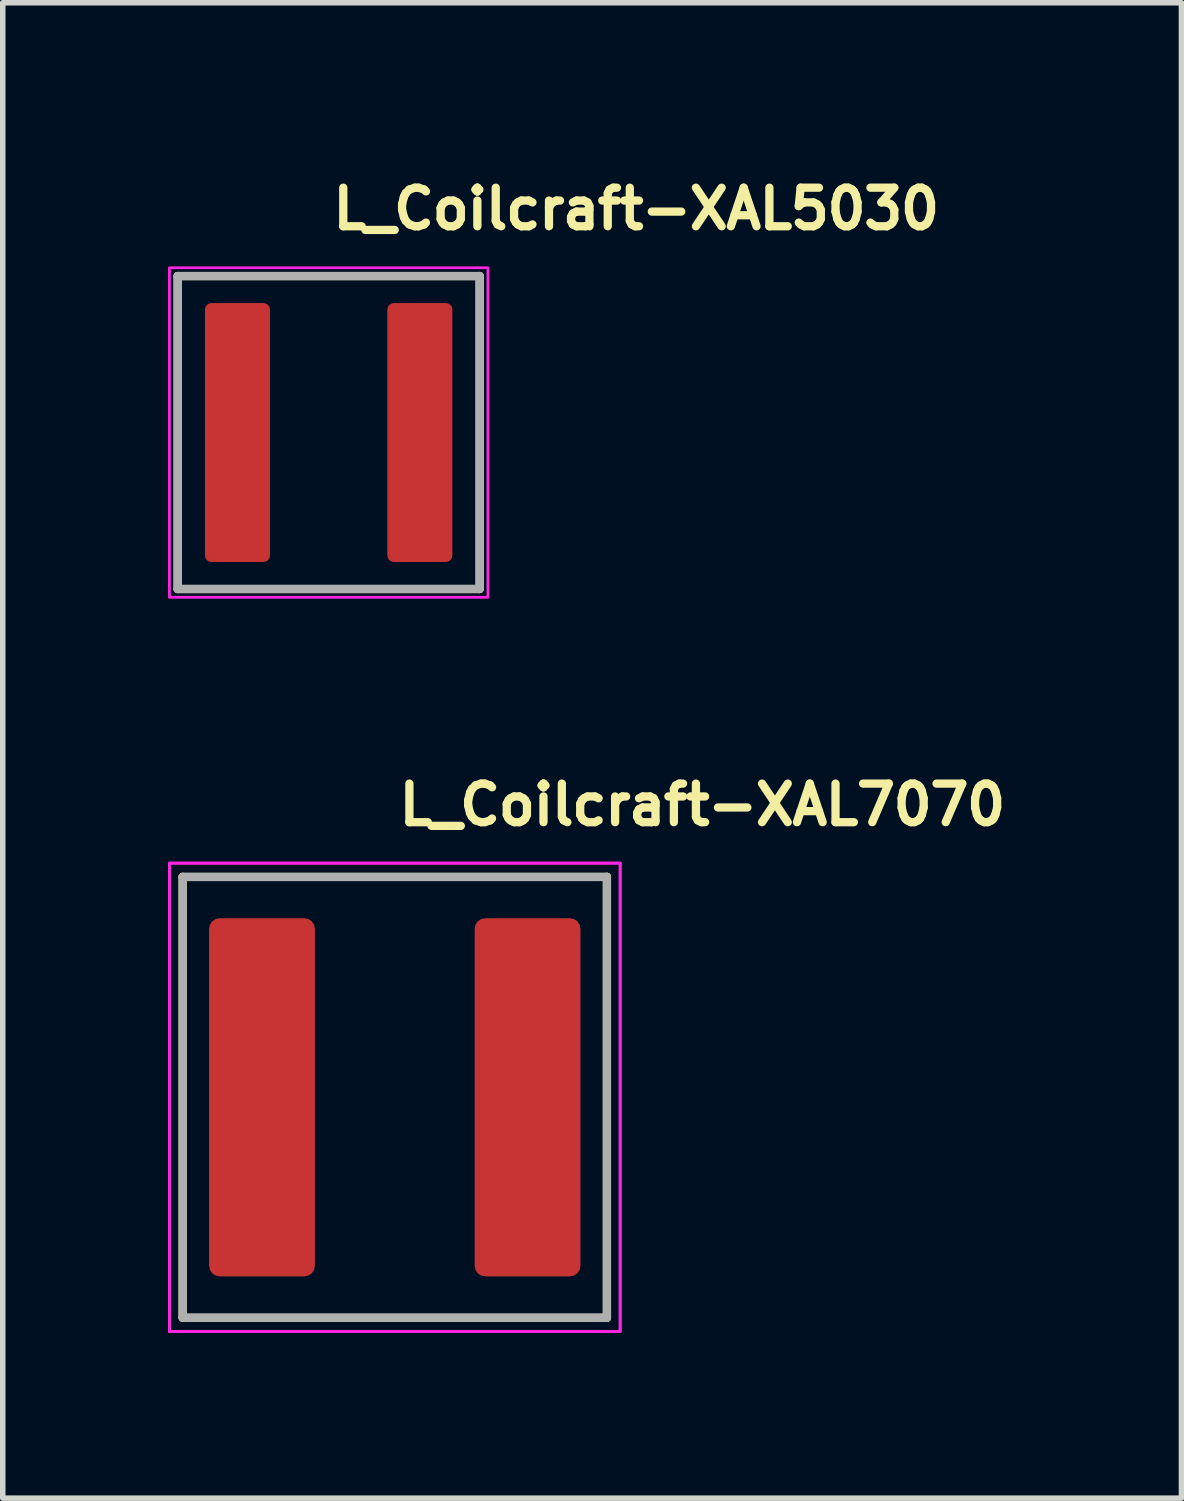
<source format=kicad_pcb>
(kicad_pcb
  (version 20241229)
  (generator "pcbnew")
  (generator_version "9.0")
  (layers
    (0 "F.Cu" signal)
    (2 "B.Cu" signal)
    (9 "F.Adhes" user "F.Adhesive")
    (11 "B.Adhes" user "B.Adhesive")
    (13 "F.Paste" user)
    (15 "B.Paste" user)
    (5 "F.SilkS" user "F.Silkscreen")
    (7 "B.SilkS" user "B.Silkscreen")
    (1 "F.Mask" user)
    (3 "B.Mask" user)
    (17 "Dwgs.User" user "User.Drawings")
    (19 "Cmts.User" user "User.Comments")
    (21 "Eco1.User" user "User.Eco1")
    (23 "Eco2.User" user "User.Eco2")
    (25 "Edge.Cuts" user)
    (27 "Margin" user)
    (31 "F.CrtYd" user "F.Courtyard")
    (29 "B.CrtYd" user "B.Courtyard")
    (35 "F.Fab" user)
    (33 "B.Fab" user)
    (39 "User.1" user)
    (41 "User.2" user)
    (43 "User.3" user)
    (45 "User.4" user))
  (footprint "L_Coilcraft-XAL5030"
    (layer "F.Cu")
    (at 2.915 4.8)
    (property "Reference" "L_Coilcraft-XAL5030" (at 0 -3.65 0) (layer "F.SilkS") (effects (font (size 0.7 0.7) (thickness 0.15)) (justify left bottom)))
    (attr smd)
    (fp_line (start -2.74 -2.84) (end 2.74 -2.84) (stroke (width 0.15) (type solid)) (layer "F.SilkS"))
    (fp_line (start -2.74 2.84) (end -2.74 -2.84) (stroke (width 0.15) (type solid)) (layer "F.SilkS"))
    (fp_line (start -2.74 2.84) (end 2.74 2.84) (stroke (width 0.15) (type solid)) (layer "F.SilkS"))
    (fp_line (start 2.74 2.84) (end 2.74 -2.84) (stroke (width 0.15) (type solid)) (layer "F.SilkS"))
    (fp_rect (start -2.89 -2.99) (end 2.89 2.99) (stroke (width 0.05) (type solid)) (fill no) (layer "F.CrtYd"))
    (fp_line (start -2.74 -2.84) (end 2.74 -2.84) (stroke (width 0.15) (type solid)) (layer "F.Fab"))
    (fp_line (start -2.74 2.84) (end -2.74 -2.84) (stroke (width 0.15) (type solid)) (layer "F.Fab"))
    (fp_line (start 2.74 -2.84) (end 2.74 2.84) (stroke (width 0.15) (type solid)) (layer "F.Fab"))
    (fp_line (start 2.74 2.84) (end -2.74 2.84) (stroke (width 0.15) (type solid)) (layer "F.Fab"))
    (fp_rect (start -2.64 -2.74) (end 2.64 2.74) (stroke (width 0.1) (type solid)) (fill no) (layer "User.5"))
    (fp_line (start -2.64 -2.54) (end -2.64 2.54) (stroke (width 0.02) (type solid)) (layer "User.9"))
    (fp_line (start -2.64 2.54) (end -2.639 2.549) (stroke (width 0.02) (type solid)) (layer "User.9"))
    (fp_line (start -2.639 -2.559) (end -2.639 -2.549) (stroke (width 0.02) (type solid)) (layer "User.9"))
    (fp_line (start -2.639 -2.549) (end -2.64 -2.54) (stroke (width 0.02) (type solid)) (layer "User.9"))
    (fp_line (start -2.639 2.549) (end -2.639 2.559) (stroke (width 0.02) (type solid)) (layer "User.9"))
    (fp_line (start -2.639 2.559) (end -2.637 2.569) (stroke (width 0.02) (type solid)) (layer "User.9"))
    (fp_line (start -2.637 -2.569) (end -2.639 -2.559) (stroke (width 0.02) (type solid)) (layer "User.9"))
    (fp_line (start -2.637 2.569) (end -2.636 2.579) (stroke (width 0.02) (type solid)) (layer "User.9"))
    (fp_line (start -2.636 -2.579) (end -2.637 -2.569) (stroke (width 0.02) (type solid)) (layer "User.9"))
    (fp_line (start -2.636 2.579) (end -2.633 2.588) (stroke (width 0.02) (type solid)) (layer "User.9"))
    (fp_line (start -2.633 -2.588) (end -2.636 -2.579) (stroke (width 0.02) (type solid)) (layer "User.9"))
    (fp_line (start -2.633 2.588) (end -2.631 2.598) (stroke (width 0.02) (type solid)) (layer "User.9"))
    (fp_line (start -2.631 -2.598) (end -2.633 -2.588) (stroke (width 0.02) (type solid)) (layer "User.9"))
    (fp_line (start -2.631 2.598) (end -2.628 2.607) (stroke (width 0.02) (type solid)) (layer "User.9"))
    (fp_line (start -2.628 -2.607) (end -2.631 -2.598) (stroke (width 0.02) (type solid)) (layer "User.9"))
    (fp_line (start -2.628 2.607) (end -2.624 2.616) (stroke (width 0.02) (type solid)) (layer "User.9"))
    (fp_line (start -2.624 -2.616) (end -2.628 -2.607) (stroke (width 0.02) (type solid)) (layer "User.9"))
    (fp_line (start -2.624 2.616) (end -2.62 2.625) (stroke (width 0.02) (type solid)) (layer "User.9"))
    (fp_line (start -2.62 -2.625) (end -2.624 -2.616) (stroke (width 0.02) (type solid)) (layer "User.9"))
    (fp_line (start -2.62 2.625) (end -2.616 2.634) (stroke (width 0.02) (type solid)) (layer "User.9"))
    (fp_line (start -2.616 -2.634) (end -2.62 -2.625) (stroke (width 0.02) (type solid)) (layer "User.9"))
    (fp_line (start -2.616 2.634) (end -2.611 2.642) (stroke (width 0.02) (type solid)) (layer "User.9"))
    (fp_line (start -2.611 -2.642) (end -2.616 -2.634) (stroke (width 0.02) (type solid)) (layer "User.9"))
    (fp_line (start -2.611 2.642) (end -2.606 2.65) (stroke (width 0.02) (type solid)) (layer "User.9"))
    (fp_line (start -2.606 -2.65) (end -2.611 -2.642) (stroke (width 0.02) (type solid)) (layer "User.9"))
    (fp_line (start -2.606 2.65) (end -2.6 2.658) (stroke (width 0.02) (type solid)) (layer "User.9"))
    (fp_line (start -2.6 -2.658) (end -2.606 -2.65) (stroke (width 0.02) (type solid)) (layer "User.9"))
    (fp_line (start -2.6 2.658) (end -2.594 2.666) (stroke (width 0.02) (type solid)) (layer "User.9"))
    (fp_line (start -2.594 -2.666) (end -2.6 -2.658) (stroke (width 0.02) (type solid)) (layer "User.9"))
    (fp_line (start -2.594 2.666) (end -2.588 2.674) (stroke (width 0.02) (type solid)) (layer "User.9"))
    (fp_line (start -2.588 -2.674) (end -2.594 -2.666) (stroke (width 0.02) (type solid)) (layer "User.9"))
    (fp_line (start -2.588 2.674) (end -2.581 2.681) (stroke (width 0.02) (type solid)) (layer "User.9"))
    (fp_line (start -2.581 -2.681) (end -2.588 -2.674) (stroke (width 0.02) (type solid)) (layer "User.9"))
    (fp_line (start -2.581 -2.681) (end -2.581 -2.681) (stroke (width 0.02) (type solid)) (layer "User.9"))
    (fp_line (start -2.581 2.681) (end -2.581 2.681) (stroke (width 0.02) (type solid)) (layer "User.9"))
    (fp_line (start -2.581 2.681) (end -2.574 2.688) (stroke (width 0.02) (type solid)) (layer "User.9"))
    (fp_line (start -2.574 -2.688) (end -2.581 -2.681) (stroke (width 0.02) (type solid)) (layer "User.9"))
    (fp_line (start -2.574 2.688) (end -2.566 2.694) (stroke (width 0.02) (type solid)) (layer "User.9"))
    (fp_line (start -2.566 -2.694) (end -2.574 -2.688) (stroke (width 0.02) (type solid)) (layer "User.9"))
    (fp_line (start -2.566 2.694) (end -2.558 2.7) (stroke (width 0.02) (type solid)) (layer "User.9"))
    (fp_line (start -2.558 -2.7) (end -2.566 -2.694) (stroke (width 0.02) (type solid)) (layer "User.9"))
    (fp_line (start -2.558 2.7) (end -2.55 2.706) (stroke (width 0.02) (type solid)) (layer "User.9"))
    (fp_line (start -2.55 -2.706) (end -2.558 -2.7) (stroke (width 0.02) (type solid)) (layer "User.9"))
    (fp_line (start -2.55 2.706) (end -2.542 2.711) (stroke (width 0.02) (type solid)) (layer "User.9"))
    (fp_line (start -2.542 -2.711) (end -2.55 -2.706) (stroke (width 0.02) (type solid)) (layer "User.9"))
    (fp_line (start -2.542 2.711) (end -2.534 2.716) (stroke (width 0.02) (type solid)) (layer "User.9"))
    (fp_line (start -2.534 -2.716) (end -2.542 -2.711) (stroke (width 0.02) (type solid)) (layer "User.9"))
    (fp_line (start -2.534 2.716) (end -2.525 2.72) (stroke (width 0.02) (type solid)) (layer "User.9"))
    (fp_line (start -2.525 -2.72) (end -2.534 -2.716) (stroke (width 0.02) (type solid)) (layer "User.9"))
    (fp_line (start -2.525 2.72) (end -2.516 2.724) (stroke (width 0.02) (type solid)) (layer "User.9"))
    (fp_line (start -2.516 -2.724) (end -2.525 -2.72) (stroke (width 0.02) (type solid)) (layer "User.9"))
    (fp_line (start -2.516 2.724) (end -2.507 2.728) (stroke (width 0.02) (type solid)) (layer "User.9"))
    (fp_line (start -2.507 -2.728) (end -2.516 -2.724) (stroke (width 0.02) (type solid)) (layer "User.9"))
    (fp_line (start -2.507 2.728) (end -2.498 2.731) (stroke (width 0.02) (type solid)) (layer "User.9"))
    (fp_line (start -2.498 -2.731) (end -2.507 -2.728) (stroke (width 0.02) (type solid)) (layer "User.9"))
    (fp_line (start -2.498 2.731) (end -2.488 2.733) (stroke (width 0.02) (type solid)) (layer "User.9"))
    (fp_line (start -2.488 -2.733) (end -2.498 -2.731) (stroke (width 0.02) (type solid)) (layer "User.9"))
    (fp_line (start -2.488 2.733) (end -2.479 2.736) (stroke (width 0.02) (type solid)) (layer "User.9"))
    (fp_line (start -2.479 -2.736) (end -2.488 -2.733) (stroke (width 0.02) (type solid)) (layer "User.9"))
    (fp_line (start -2.479 2.736) (end -2.469 2.737) (stroke (width 0.02) (type solid)) (layer "User.9"))
    (fp_line (start -2.469 -2.737) (end -2.479 -2.736) (stroke (width 0.02) (type solid)) (layer "User.9"))
    (fp_line (start -2.469 2.737) (end -2.459 2.739) (stroke (width 0.02) (type solid)) (layer "User.9"))
    (fp_line (start -2.459 -2.739) (end -2.469 -2.737) (stroke (width 0.02) (type solid)) (layer "User.9"))
    (fp_line (start -2.459 2.739) (end -2.449 2.739) (stroke (width 0.02) (type solid)) (layer "User.9"))
    (fp_line (start -2.449 -2.739) (end -2.459 -2.739) (stroke (width 0.02) (type solid)) (layer "User.9"))
    (fp_line (start -2.449 2.739) (end -2.44 2.74) (stroke (width 0.02) (type solid)) (layer "User.9"))
    (fp_line (start -2.44 -2.74) (end -2.449 -2.739) (stroke (width 0.02) (type solid)) (layer "User.9"))
    (fp_line (start -2.44 -2.74) (end 2.44 -2.74) (stroke (width 0.02) (type solid)) (layer "User.9"))
    (fp_line (start -2.44 2.74) (end 2.44 2.74) (stroke (width 0.02) (type solid)) (layer "User.9"))
    (fp_line (start -1.865 -1.974) (end -1.865 2.024) (stroke (width 0.02) (type solid)) (layer "User.9"))
    (fp_line (start -1.865 2.024) (end -1.665 2.024) (stroke (width 0.02) (type solid)) (layer "User.9"))
    (fp_line (start -1.665 -1.974) (end -1.865 -1.974) (stroke (width 0.02) (type solid)) (layer "User.9"))
    (fp_line (start -1.665 2.024) (end -1.665 -1.974) (stroke (width 0.02) (type solid)) (layer "User.9"))
    (fp_line (start 2.44 -2.74) (end -2.44 -2.74) (stroke (width 0.02) (type solid)) (layer "User.9"))
    (fp_line (start 2.44 2.74) (end -2.44 2.74) (stroke (width 0.02) (type solid)) (layer "User.9"))
    (fp_line (start 2.44 2.74) (end 2.449 2.739) (stroke (width 0.02) (type solid)) (layer "User.9"))
    (fp_line (start 2.449 -2.739) (end 2.44 -2.74) (stroke (width 0.02) (type solid)) (layer "User.9"))
    (fp_line (start 2.449 2.739) (end 2.459 2.739) (stroke (width 0.02) (type solid)) (layer "User.9"))
    (fp_line (start 2.459 -2.739) (end 2.449 -2.739) (stroke (width 0.02) (type solid)) (layer "User.9"))
    (fp_line (start 2.459 2.739) (end 2.469 2.737) (stroke (width 0.02) (type solid)) (layer "User.9"))
    (fp_line (start 2.469 -2.737) (end 2.459 -2.739) (stroke (width 0.02) (type solid)) (layer "User.9"))
    (fp_line (start 2.469 2.737) (end 2.479 2.736) (stroke (width 0.02) (type solid)) (layer "User.9"))
    (fp_line (start 2.479 -2.736) (end 2.469 -2.737) (stroke (width 0.02) (type solid)) (layer "User.9"))
    (fp_line (start 2.479 2.736) (end 2.488 2.733) (stroke (width 0.02) (type solid)) (layer "User.9"))
    (fp_line (start 2.488 -2.733) (end 2.479 -2.736) (stroke (width 0.02) (type solid)) (layer "User.9"))
    (fp_line (start 2.488 2.733) (end 2.498 2.731) (stroke (width 0.02) (type solid)) (layer "User.9"))
    (fp_line (start 2.498 -2.731) (end 2.488 -2.733) (stroke (width 0.02) (type solid)) (layer "User.9"))
    (fp_line (start 2.498 2.731) (end 2.507 2.728) (stroke (width 0.02) (type solid)) (layer "User.9"))
    (fp_line (start 2.507 -2.728) (end 2.498 -2.731) (stroke (width 0.02) (type solid)) (layer "User.9"))
    (fp_line (start 2.507 2.728) (end 2.516 2.724) (stroke (width 0.02) (type solid)) (layer "User.9"))
    (fp_line (start 2.516 -2.724) (end 2.507 -2.728) (stroke (width 0.02) (type solid)) (layer "User.9"))
    (fp_line (start 2.516 2.724) (end 2.525 2.72) (stroke (width 0.02) (type solid)) (layer "User.9"))
    (fp_line (start 2.525 -2.72) (end 2.516 -2.724) (stroke (width 0.02) (type solid)) (layer "User.9"))
    (fp_line (start 2.525 2.72) (end 2.534 2.716) (stroke (width 0.02) (type solid)) (layer "User.9"))
    (fp_line (start 2.534 -2.716) (end 2.525 -2.72) (stroke (width 0.02) (type solid)) (layer "User.9"))
    (fp_line (start 2.534 2.716) (end 2.542 2.711) (stroke (width 0.02) (type solid)) (layer "User.9"))
    (fp_line (start 2.542 -2.711) (end 2.534 -2.716) (stroke (width 0.02) (type solid)) (layer "User.9"))
    (fp_line (start 2.542 2.711) (end 2.55 2.706) (stroke (width 0.02) (type solid)) (layer "User.9"))
    (fp_line (start 2.55 -2.706) (end 2.542 -2.711) (stroke (width 0.02) (type solid)) (layer "User.9"))
    (fp_line (start 2.55 2.706) (end 2.558 2.7) (stroke (width 0.02) (type solid)) (layer "User.9"))
    (fp_line (start 2.558 -2.7) (end 2.55 -2.706) (stroke (width 0.02) (type solid)) (layer "User.9"))
    (fp_line (start 2.558 2.7) (end 2.566 2.694) (stroke (width 0.02) (type solid)) (layer "User.9"))
    (fp_line (start 2.566 -2.694) (end 2.558 -2.7) (stroke (width 0.02) (type solid)) (layer "User.9"))
    (fp_line (start 2.566 2.694) (end 2.574 2.688) (stroke (width 0.02) (type solid)) (layer "User.9"))
    (fp_line (start 2.574 -2.688) (end 2.566 -2.694) (stroke (width 0.02) (type solid)) (layer "User.9"))
    (fp_line (start 2.574 2.688) (end 2.581 2.681) (stroke (width 0.02) (type solid)) (layer "User.9"))
    (fp_line (start 2.581 -2.681) (end 2.574 -2.688) (stroke (width 0.02) (type solid)) (layer "User.9"))
    (fp_line (start 2.581 -2.681) (end 2.581 -2.681) (stroke (width 0.02) (type solid)) (layer "User.9"))
    (fp_line (start 2.581 2.681) (end 2.581 2.681) (stroke (width 0.02) (type solid)) (layer "User.9"))
    (fp_line (start 2.581 2.681) (end 2.588 2.674) (stroke (width 0.02) (type solid)) (layer "User.9"))
    (fp_line (start 2.588 -2.674) (end 2.581 -2.681) (stroke (width 0.02) (type solid)) (layer "User.9"))
    (fp_line (start 2.588 2.674) (end 2.594 2.666) (stroke (width 0.02) (type solid)) (layer "User.9"))
    (fp_line (start 2.594 -2.666) (end 2.588 -2.674) (stroke (width 0.02) (type solid)) (layer "User.9"))
    (fp_line (start 2.594 2.666) (end 2.6 2.658) (stroke (width 0.02) (type solid)) (layer "User.9"))
    (fp_line (start 2.6 -2.658) (end 2.594 -2.666) (stroke (width 0.02) (type solid)) (layer "User.9"))
    (fp_line (start 2.6 2.658) (end 2.606 2.65) (stroke (width 0.02) (type solid)) (layer "User.9"))
    (fp_line (start 2.606 -2.65) (end 2.6 -2.658) (stroke (width 0.02) (type solid)) (layer "User.9"))
    (fp_line (start 2.606 2.65) (end 2.611 2.642) (stroke (width 0.02) (type solid)) (layer "User.9"))
    (fp_line (start 2.611 -2.642) (end 2.606 -2.65) (stroke (width 0.02) (type solid)) (layer "User.9"))
    (fp_line (start 2.611 2.642) (end 2.616 2.634) (stroke (width 0.02) (type solid)) (layer "User.9"))
    (fp_line (start 2.616 -2.634) (end 2.611 -2.642) (stroke (width 0.02) (type solid)) (layer "User.9"))
    (fp_line (start 2.616 2.634) (end 2.62 2.625) (stroke (width 0.02) (type solid)) (layer "User.9"))
    (fp_line (start 2.62 -2.625) (end 2.616 -2.634) (stroke (width 0.02) (type solid)) (layer "User.9"))
    (fp_line (start 2.62 2.625) (end 2.624 2.616) (stroke (width 0.02) (type solid)) (layer "User.9"))
    (fp_line (start 2.624 -2.616) (end 2.62 -2.625) (stroke (width 0.02) (type solid)) (layer "User.9"))
    (fp_line (start 2.624 2.616) (end 2.628 2.607) (stroke (width 0.02) (type solid)) (layer "User.9"))
    (fp_line (start 2.628 -2.607) (end 2.624 -2.616) (stroke (width 0.02) (type solid)) (layer "User.9"))
    (fp_line (start 2.628 2.607) (end 2.631 2.598) (stroke (width 0.02) (type solid)) (layer "User.9"))
    (fp_line (start 2.631 -2.598) (end 2.628 -2.607) (stroke (width 0.02) (type solid)) (layer "User.9"))
    (fp_line (start 2.631 2.598) (end 2.633 2.588) (stroke (width 0.02) (type solid)) (layer "User.9"))
    (fp_line (start 2.633 -2.588) (end 2.631 -2.598) (stroke (width 0.02) (type solid)) (layer "User.9"))
    (fp_line (start 2.633 2.588) (end 2.636 2.579) (stroke (width 0.02) (type solid)) (layer "User.9"))
    (fp_line (start 2.636 -2.579) (end 2.633 -2.588) (stroke (width 0.02) (type solid)) (layer "User.9"))
    (fp_line (start 2.636 2.579) (end 2.637 2.569) (stroke (width 0.02) (type solid)) (layer "User.9"))
    (fp_line (start 2.637 -2.569) (end 2.636 -2.579) (stroke (width 0.02) (type solid)) (layer "User.9"))
    (fp_line (start 2.637 2.569) (end 2.639 2.559) (stroke (width 0.02) (type solid)) (layer "User.9"))
    (fp_line (start 2.639 -2.559) (end 2.637 -2.569) (stroke (width 0.02) (type solid)) (layer "User.9"))
    (fp_line (start 2.639 -2.549) (end 2.639 -2.559) (stroke (width 0.02) (type solid)) (layer "User.9"))
    (fp_line (start 2.639 2.549) (end 2.64 2.54) (stroke (width 0.02) (type solid)) (layer "User.9"))
    (fp_line (start 2.639 2.559) (end 2.639 2.549) (stroke (width 0.02) (type solid)) (layer "User.9"))
    (fp_line (start 2.64 -2.54) (end 2.639 -2.549) (stroke (width 0.02) (type solid)) (layer "User.9"))
    (fp_line (start 2.64 2.54) (end 2.64 -2.54) (stroke (width 0.02) (type solid)) (layer "User.9"))
    (pad "1" smd roundrect (at -1.655 0) (size 1.18 4.7) (layers "F.Cu" "F.Mask" "F.Paste") (roundrect_rratio 0.1))
    (pad "2" smd roundrect (at 1.655 0) (size 1.18 4.7) (layers "F.Cu" "F.Mask" "F.Paste") (roundrect_rratio 0.1)))
  (footprint "L_Coilcraft-XAL7070"
    (layer "F.Cu")
    (at 4.115 16.865)
    (property "Reference" "L_Coilcraft-XAL7070" (at 0 -4.9 0) (layer "F.SilkS") (effects (font (size 0.7 0.7) (thickness 0.15)) (justify left bottom)))
    (attr smd)
    (fp_line (start -3.85 4) (end -3.85 -4) (stroke (width 0.15) (type solid)) (layer "F.SilkS"))
    (fp_line (start -3.85 4) (end 3.85 4) (stroke (width 0.15) (type solid)) (layer "F.SilkS"))
    (fp_line (start 3.85 -4) (end -3.85 -4) (stroke (width 0.15) (type solid)) (layer "F.SilkS"))
    (fp_line (start 3.85 -4) (end 3.85 4) (stroke (width 0.15) (type solid)) (layer "F.SilkS"))
    (fp_line (start -4.09 -4.25) (end -4.09 4.25) (stroke (width 0.05) (type solid)) (layer "F.CrtYd"))
    (fp_line (start -4.09 4.25) (end 4.09 4.25) (stroke (width 0.05) (type solid)) (layer "F.CrtYd"))
    (fp_line (start 4.09 -4.25) (end -4.09 -4.25) (stroke (width 0.05) (type solid)) (layer "F.CrtYd"))
    (fp_line (start 4.09 4.25) (end 4.09 -4.25) (stroke (width 0.05) (type solid)) (layer "F.CrtYd"))
    (fp_rect (start -4.09 -4.25) (end 4.09 4.25) (stroke (width 0.05) (type solid)) (fill no) (layer "F.CrtYd"))
    (fp_line (start -3.85 -4) (end 3.85 -4) (stroke (width 0.15) (type solid)) (layer "F.Fab"))
    (fp_line (start -3.85 4) (end -3.85 -4) (stroke (width 0.15) (type solid)) (layer "F.Fab"))
    (fp_line (start 3.85 -4) (end 3.85 4) (stroke (width 0.15) (type solid)) (layer "F.Fab"))
    (fp_line (start 3.85 4) (end -3.85 4) (stroke (width 0.15) (type solid)) (layer "F.Fab"))
    (fp_rect (start -3.85 -4) (end 3.85 4) (stroke (width 0.1) (type solid)) (fill no) (layer "User.5"))
    (fp_line (start -3.85 -4) (end -3.85 4) (stroke (width 0.02) (type solid)) (layer "User.9"))
    (fp_line (start -3.85 4) (end 3.85 4) (stroke (width 0.02) (type solid)) (layer "User.9"))
    (fp_line (start -3.181 -3) (end -2.931 -3) (stroke (width 0.02) (type solid)) (layer "User.9"))
    (fp_line (start -3.181 3) (end -3.181 -3) (stroke (width 0.02) (type solid)) (layer "User.9"))
    (fp_line (start -2.931 -3) (end -2.931 3) (stroke (width 0.02) (type solid)) (layer "User.9"))
    (fp_line (start -2.931 3) (end -3.181 3) (stroke (width 0.02) (type solid)) (layer "User.9"))
    (fp_line (start 3.85 -4) (end -3.85 -4) (stroke (width 0.02) (type solid)) (layer "User.9"))
    (fp_line (start 3.85 4) (end 3.85 -4) (stroke (width 0.02) (type solid)) (layer "User.9"))
    (pad "1" smd roundrect (at -2.41 0) (size 1.92 6.5) (layers "F.Cu" "F.Mask" "F.Paste") (roundrect_rratio 0.1))
    (pad "2" smd roundrect (at 2.41 0) (size 1.92 6.5) (layers "F.Cu" "F.Mask" "F.Paste") (roundrect_rratio 0.1)))
  (gr_rect
    (start -3 -3)
    (end 18.392 24.14)
    (stroke (width 0.1) (type default))
    (fill no)
    (layer "Edge.Cuts")))
</source>
